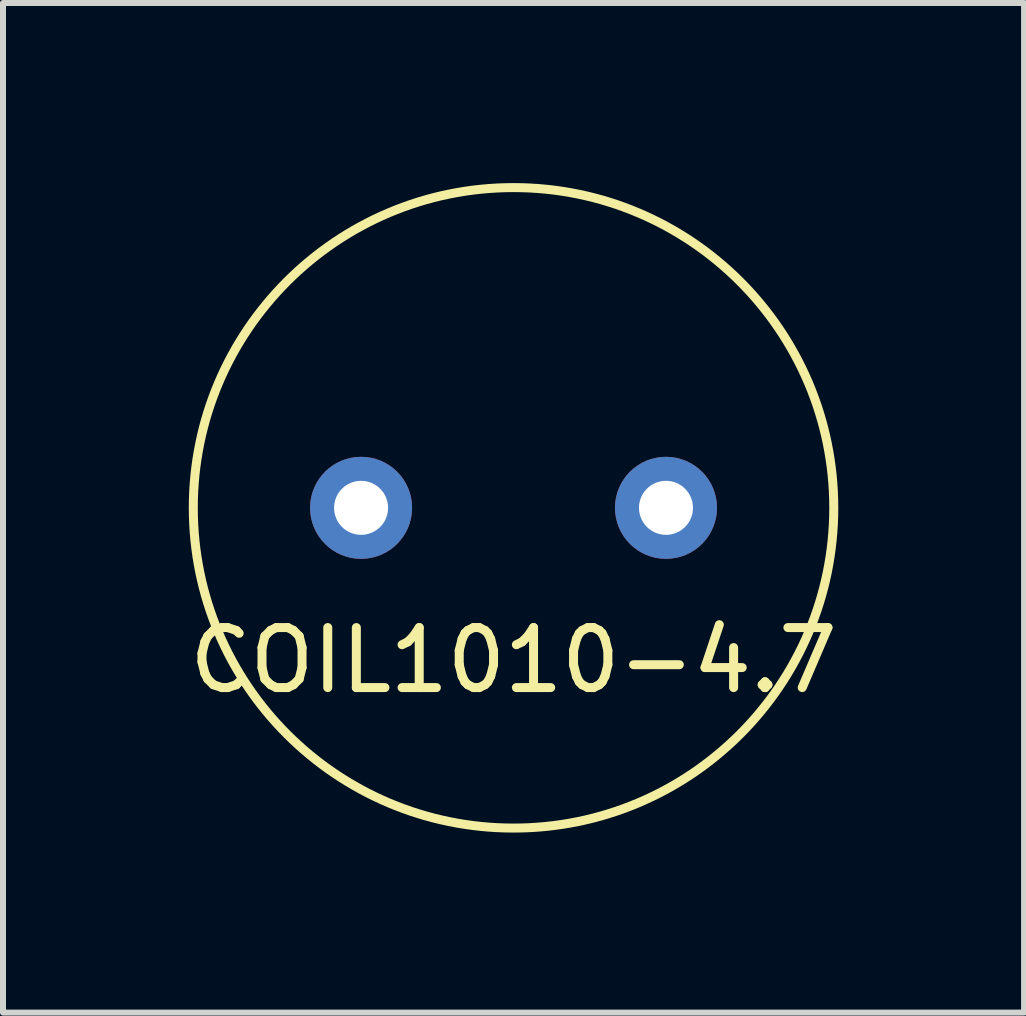
<source format=kicad_pcb>
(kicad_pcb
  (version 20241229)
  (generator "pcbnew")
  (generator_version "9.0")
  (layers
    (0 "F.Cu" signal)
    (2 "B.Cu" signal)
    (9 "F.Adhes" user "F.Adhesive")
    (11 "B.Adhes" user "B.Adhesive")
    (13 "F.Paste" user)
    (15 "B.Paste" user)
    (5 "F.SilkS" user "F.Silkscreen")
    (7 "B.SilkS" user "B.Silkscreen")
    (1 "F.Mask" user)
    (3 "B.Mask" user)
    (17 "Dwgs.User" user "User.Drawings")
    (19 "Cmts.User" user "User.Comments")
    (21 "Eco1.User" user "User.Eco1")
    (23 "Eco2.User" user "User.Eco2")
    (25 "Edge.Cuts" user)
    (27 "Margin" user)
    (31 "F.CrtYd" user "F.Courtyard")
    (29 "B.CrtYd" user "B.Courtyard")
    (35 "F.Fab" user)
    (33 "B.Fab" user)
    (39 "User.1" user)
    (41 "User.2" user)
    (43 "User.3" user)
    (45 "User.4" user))
  (footprint "COIL1010-4.7"
    (layer "F.Cu")
    (at 5.506 5.411)
    (property "Reference" "COIL1010-4.7" (at 0 2.54 0) (layer "F.SilkS") (effects (font (size 1 1) (thickness 0.15))))
    (attr through_hole)
    (fp_circle (center 0 0) (end -5.334 -0.127) (stroke (width 0.15) (type solid)) (fill no) (layer "F.SilkS"))
    (pad "1" thru_hole circle (at -2.54 0) (size 1.7 1.7) (drill 0.9) (layers "*.Cu" "*.Mask"))
    (pad "2" thru_hole circle (at 2.54 0) (size 1.7 1.7) (drill 0.9) (layers "*.Cu" "*.Mask")))
  (gr_rect
    (start -3 -3)
    (end 14.012 13.821)
    (stroke (width 0.1) (type default))
    (fill no)
    (layer "Edge.Cuts")))
</source>
